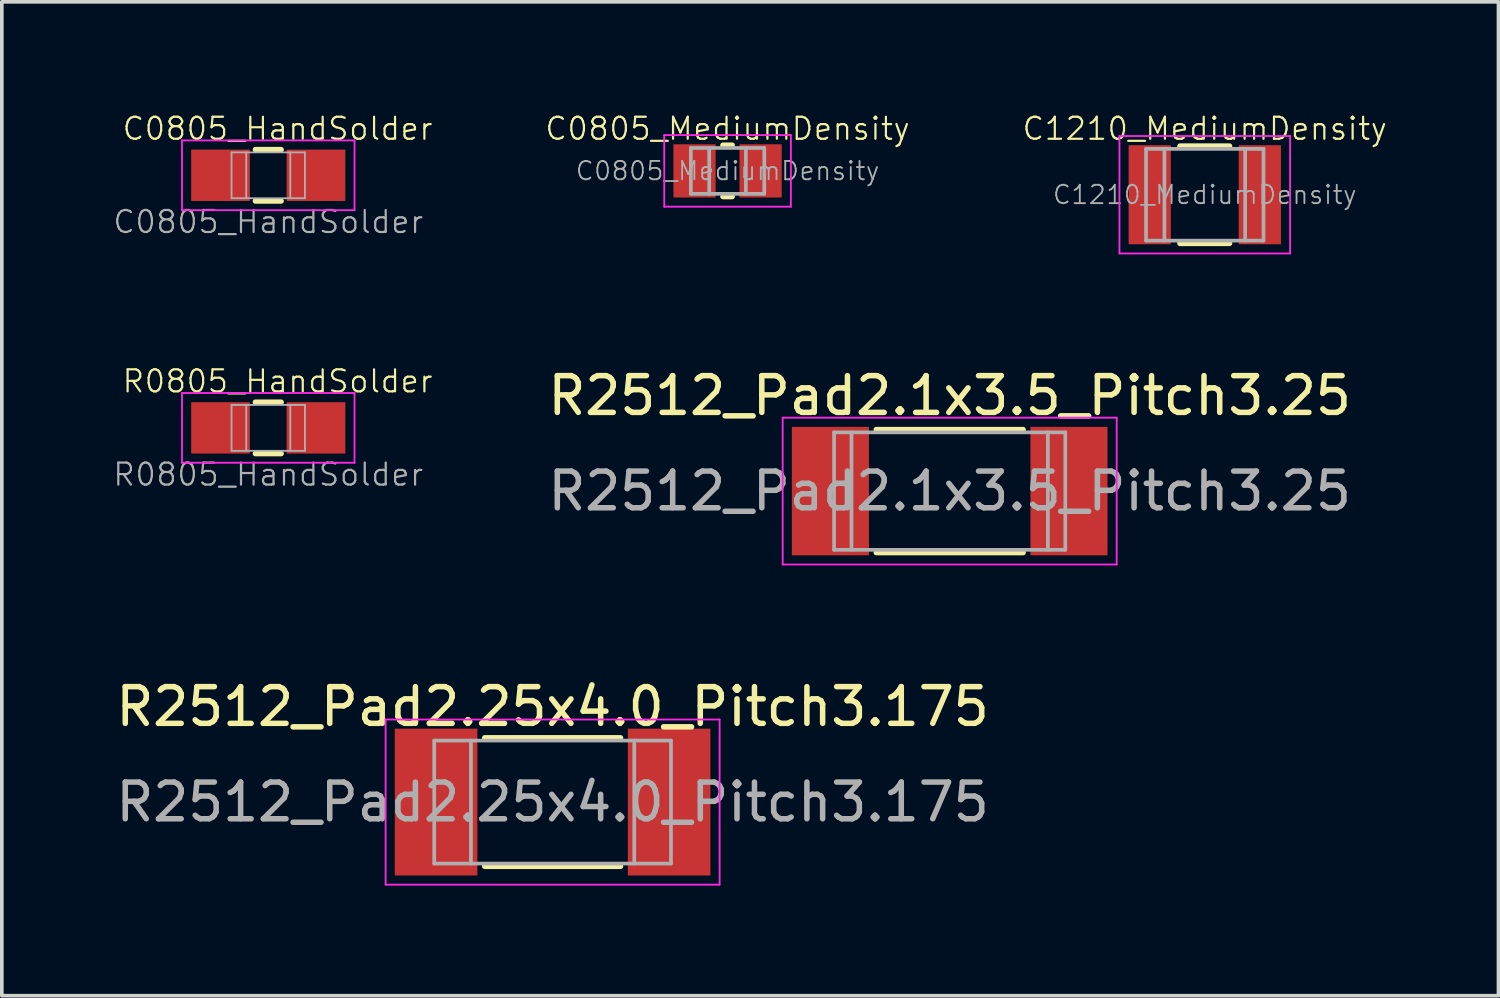
<source format=kicad_pcb>
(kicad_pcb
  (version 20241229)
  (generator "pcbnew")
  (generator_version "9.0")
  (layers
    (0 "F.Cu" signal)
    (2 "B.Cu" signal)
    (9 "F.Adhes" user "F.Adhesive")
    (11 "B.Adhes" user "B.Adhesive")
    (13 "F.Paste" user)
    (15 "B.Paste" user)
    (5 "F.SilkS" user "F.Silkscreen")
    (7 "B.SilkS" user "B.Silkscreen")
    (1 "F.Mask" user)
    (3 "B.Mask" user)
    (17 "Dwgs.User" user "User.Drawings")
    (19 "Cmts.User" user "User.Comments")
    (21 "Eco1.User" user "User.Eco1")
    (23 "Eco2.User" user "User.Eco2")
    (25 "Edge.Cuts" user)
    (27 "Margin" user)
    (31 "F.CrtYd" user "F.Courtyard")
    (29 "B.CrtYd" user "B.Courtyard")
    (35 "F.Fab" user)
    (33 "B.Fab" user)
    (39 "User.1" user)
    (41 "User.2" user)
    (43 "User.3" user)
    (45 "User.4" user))
  (footprint "C0805_MediumDensity"
    (layer "F.Cu")
    (at 16.773 1.606)
    (property "Reference" "C0805_MediumDensity" (at 0 0 0) (layer "F.Fab") (effects (font (size 0.5 0.5) (thickness 0.05))))
    (attr smd)
    (fp_line (start -0.125 -0.7) (end 0.125 -0.7) (stroke (width 0.15) (type solid)) (layer "F.SilkS"))
    (fp_line (start -0.125 0.7) (end 0.125 0.7) (stroke (width 0.15) (type solid)) (layer "F.SilkS"))
    (fp_line (start -1.725 -0.975) (end 1.725 -0.975) (stroke (width 0.05) (type solid)) (layer "F.CrtYd"))
    (fp_line (start -1.725 0.975) (end -1.725 -0.975) (stroke (width 0.05) (type solid)) (layer "F.CrtYd"))
    (fp_line (start 1.725 -0.975) (end 1.725 0.975) (stroke (width 0.05) (type solid)) (layer "F.CrtYd"))
    (fp_line (start 1.725 0.975) (end -1.725 0.975) (stroke (width 0.05) (type solid)) (layer "F.CrtYd"))
    (fp_line (start -1 -0.625) (end 1 -0.625) (stroke (width 0.1) (type solid)) (layer "F.Fab"))
    (fp_line (start -1 0.625) (end -1 -0.625) (stroke (width 0.1) (type solid)) (layer "F.Fab"))
    (fp_line (start -0.5 0.625) (end -0.5 -0.625) (stroke (width 0.1) (type solid)) (layer "F.Fab"))
    (fp_line (start 0.5 0.625) (end 0.5 -0.625) (stroke (width 0.1) (type solid)) (layer "F.Fab"))
    (fp_line (start 1 -0.625) (end 1 0.625) (stroke (width 0.1) (type solid)) (layer "F.Fab"))
    (fp_line (start 1 0.625) (end -1 0.625) (stroke (width 0.1) (type solid)) (layer "F.Fab"))
    (fp_text user "${REFERENCE}" (at 0 -1.15 0) (layer "F.SilkS") (effects (font (size 0.6 0.6) (thickness 0.06))))
    (fp_text user "${REFERENCE}" (at -0.3 -0.35 0) (layer "Eco1.User") (effects (font (size 0.3 0.3) (thickness 0.03))))
    (pad "1" smd rect (at -0.9 0) (size 1.15 1.45) (layers "F.Cu" "F.Mask" "F.Paste"))
    (pad "2" smd rect (at 0.9 0) (size 1.15 1.45) (layers "F.Cu" "F.Mask" "F.Paste")))
  (footprint "C0805_HandSolder"
    (layer "F.Cu")
    (at 4.259 1.726)
    (property "Reference" "C0805_HandSolder" (at 0 1.27 0) (layer "F.Fab") (effects (font (size 0.6 0.6) (thickness 0.06))))
    (attr smd)
    (fp_line (start -0.35 -0.7) (end 0.35 -0.7) (stroke (width 0.15) (type solid)) (layer "F.SilkS"))
    (fp_line (start -0.35 0.7) (end 0.35 0.7) (stroke (width 0.15) (type solid)) (layer "F.SilkS"))
    (fp_line (start -2.35 -0.95) (end -2.35 0.95) (stroke (width 0.05) (type solid)) (layer "F.CrtYd"))
    (fp_line (start -2.35 -0.95) (end 2.35 -0.95) (stroke (width 0.05) (type solid)) (layer "F.CrtYd"))
    (fp_line (start -2.35 0.95) (end 2.35 0.95) (stroke (width 0.05) (type solid)) (layer "F.CrtYd"))
    (fp_line (start 2.35 -0.95) (end 2.35 0.95) (stroke (width 0.05) (type solid)) (layer "F.CrtYd"))
    (fp_line (start -1 -0.625) (end -1 0.625) (stroke (width 0.05) (type solid)) (layer "F.Fab"))
    (fp_line (start -1 -0.625) (end 1 -0.625) (stroke (width 0.05) (type solid)) (layer "F.Fab"))
    (fp_line (start -1 0.625) (end 1 0.625) (stroke (width 0.05) (type solid)) (layer "F.Fab"))
    (fp_line (start -0.6 -0.625) (end -0.6 0.625) (stroke (width 0.05) (type solid)) (layer "F.Fab"))
    (fp_line (start 0.6 -0.625) (end 0.6 0.625) (stroke (width 0.05) (type solid)) (layer "F.Fab"))
    (fp_line (start 1 -0.625) (end 1 0.625) (stroke (width 0.05) (type solid)) (layer "F.Fab"))
    (fp_text user "${REFERENCE}" (at 0.254 -1.27 0) (layer "F.SilkS") (effects (font (size 0.6 0.6) (thickness 0.06))))
    (fp_text user "${REFERENCE}" (at 0 0 0) (layer "Eco1.User") (effects (font (size 0.3 0.3) (thickness 0.03))))
    (pad "1" smd rect (at -1.3 0) (size 1.6 1.4) (layers "F.Cu" "F.Mask" "F.Paste"))
    (pad "2" smd rect (at 1.3 0) (size 1.6 1.4) (layers "F.Cu" "F.Mask" "F.Paste")))
  (footprint "C1210_MediumDensity"
    (layer "F.Cu")
    (at 29.775 2.256)
    (property "Reference" "C1210_MediumDensity" (at 0 0 0) (layer "F.Fab") (effects (font (size 0.5 0.5) (thickness 0.05))))
    (attr smd)
    (fp_line (start -0.675 -1.325) (end 0.675 -1.325) (stroke (width 0.15) (type solid)) (layer "F.SilkS"))
    (fp_line (start -0.675 1.325) (end 0.675 1.325) (stroke (width 0.15) (type solid)) (layer "F.SilkS"))
    (fp_line (start -2.325 -1.6) (end 2.325 -1.6) (stroke (width 0.05) (type solid)) (layer "F.CrtYd"))
    (fp_line (start -2.325 1.6) (end -2.325 -1.6) (stroke (width 0.05) (type solid)) (layer "F.CrtYd"))
    (fp_line (start 2.325 -1.6) (end 2.325 1.6) (stroke (width 0.05) (type solid)) (layer "F.CrtYd"))
    (fp_line (start 2.325 1.6) (end -2.325 1.6) (stroke (width 0.05) (type solid)) (layer "F.CrtYd"))
    (fp_line (start -1.6 -1.25) (end 1.6 -1.25) (stroke (width 0.1) (type solid)) (layer "F.Fab"))
    (fp_line (start -1.6 1.25) (end -1.6 -1.25) (stroke (width 0.1) (type solid)) (layer "F.Fab"))
    (fp_line (start -1.1 1.25) (end -1.1 -1.25) (stroke (width 0.1) (type solid)) (layer "F.Fab"))
    (fp_line (start 1.1 1.25) (end 1.1 -1.25) (stroke (width 0.1) (type solid)) (layer "F.Fab"))
    (fp_line (start 1.6 -1.25) (end 1.6 1.25) (stroke (width 0.1) (type solid)) (layer "F.Fab"))
    (fp_line (start 1.6 1.25) (end -1.6 1.25) (stroke (width 0.1) (type solid)) (layer "F.Fab"))
    (fp_text user "${REFERENCE}" (at 0 -1.8 0) (layer "F.SilkS") (effects (font (size 0.6 0.6) (thickness 0.06))))
    (fp_text user "${REFERENCE}" (at -0.3 -0.825 0) (layer "Eco1.User") (effects (font (size 0.3 0.3) (thickness 0.03))))
    (pad "1" smd rect (at -1.5 0) (size 1.15 2.7) (layers "F.Cu" "F.Mask" "F.Paste"))
    (pad "2" smd rect (at 1.5 0) (size 1.15 2.7) (layers "F.Cu" "F.Mask" "F.Paste")))
  (footprint "R0805_HandSolder"
    (layer "F.Cu")
    (at 4.259 8.608)
    (property "Reference" "R0805_HandSolder" (at 0 1.27 0) (layer "F.Fab") (effects (font (size 0.6 0.6) (thickness 0.06))))
    (attr smd)
    (fp_line (start -0.35 -0.7) (end 0.35 -0.7) (stroke (width 0.15) (type solid)) (layer "F.SilkS"))
    (fp_line (start -0.35 0.7) (end 0.35 0.7) (stroke (width 0.15) (type solid)) (layer "F.SilkS"))
    (fp_line (start -2.35 -0.95) (end -2.35 0.95) (stroke (width 0.05) (type solid)) (layer "F.CrtYd"))
    (fp_line (start -2.35 -0.95) (end 2.35 -0.95) (stroke (width 0.05) (type solid)) (layer "F.CrtYd"))
    (fp_line (start -2.35 0.95) (end 2.35 0.95) (stroke (width 0.05) (type solid)) (layer "F.CrtYd"))
    (fp_line (start 2.35 -0.95) (end 2.35 0.95) (stroke (width 0.05) (type solid)) (layer "F.CrtYd"))
    (fp_line (start -1 -0.625) (end -1 0.625) (stroke (width 0.05) (type solid)) (layer "F.Fab"))
    (fp_line (start -1 -0.625) (end 1 -0.625) (stroke (width 0.05) (type solid)) (layer "F.Fab"))
    (fp_line (start -1 0.625) (end 1 0.625) (stroke (width 0.05) (type solid)) (layer "F.Fab"))
    (fp_line (start -0.6 -0.625) (end -0.6 0.625) (stroke (width 0.05) (type solid)) (layer "F.Fab"))
    (fp_line (start 0.6 -0.625) (end 0.6 0.625) (stroke (width 0.05) (type solid)) (layer "F.Fab"))
    (fp_line (start 1 -0.625) (end 1 0.625) (stroke (width 0.05) (type solid)) (layer "F.Fab"))
    (fp_text user "${REFERENCE}" (at 0.254 -1.27 0) (layer "F.SilkS") (effects (font (size 0.6 0.6) (thickness 0.06))))
    (fp_text user "${REFERENCE}" (at 0 0 0) (layer "Eco1.User") (effects (font (size 0.3 0.3) (thickness 0.03))))
    (pad "1" smd rect (at -1.3 0) (size 1.6 1.4) (layers "F.Cu" "F.Mask" "F.Paste"))
    (pad "2" smd rect (at 1.3 0) (size 1.6 1.4) (layers "F.Cu" "F.Mask" "F.Paste")))
  (footprint "R2512_Pad2.25x4.0_Pitch3.175"
    (layer "F.Cu")
    (at 12.006 18.803)
    (property "Reference" "R2512_Pad2.25x4.0_Pitch3.175" (at 0 0 0) (layer "F.Fab") (effects (font (size 1 1) (thickness 0.15))))
    (attr smd)
    (fp_line (start -1.85 -1.75) (end 1.85 -1.75) (stroke (width 0.15) (type solid)) (layer "F.SilkS"))
    (fp_line (start 1.85 1.75) (end -1.85 1.75) (stroke (width 0.15) (type solid)) (layer "F.SilkS"))
    (fp_line (start -4.55 -2.25) (end -4.55 2.25) (stroke (width 0.05) (type solid)) (layer "F.CrtYd"))
    (fp_line (start -4.55 -2.25) (end 4.55 -2.25) (stroke (width 0.05) (type solid)) (layer "F.CrtYd"))
    (fp_line (start 4.55 2.25) (end -4.55 2.25) (stroke (width 0.05) (type solid)) (layer "F.CrtYd"))
    (fp_line (start 4.55 2.25) (end 4.55 -2.25) (stroke (width 0.05) (type solid)) (layer "F.CrtYd"))
    (fp_line (start -3.225 -1.675) (end 3.225 -1.675) (stroke (width 0.1) (type solid)) (layer "F.Fab"))
    (fp_line (start -3.225 1.675) (end -3.225 -1.675) (stroke (width 0.1) (type solid)) (layer "F.Fab"))
    (fp_line (start -2.225 1.675) (end -2.225 -1.675) (stroke (width 0.1) (type solid)) (layer "F.Fab"))
    (fp_line (start 2.225 1.675) (end 2.225 -1.675) (stroke (width 0.1) (type solid)) (layer "F.Fab"))
    (fp_line (start 3.225 -1.675) (end 3.225 1.675) (stroke (width 0.1) (type solid)) (layer "F.Fab"))
    (fp_line (start 3.225 1.675) (end -3.225 1.675) (stroke (width 0.1) (type solid)) (layer "F.Fab"))
    (fp_text user "${REFERENCE}" (at 0 -2.6 0) (layer "F.SilkS") (effects (font (size 1 1) (thickness 0.15))))
    (fp_text user "${REFERENCE}" (at 0 1.25 0) (layer "Eco1.User") (effects (font (size 0.5 0.5) (thickness 0.05))))
    (pad "1" smd rect (at -3.175 0) (size 2.25 4) (layers "F.Cu" "F.Mask" "F.Paste"))
    (pad "2" smd rect (at 3.175 0) (size 2.25 4) (layers "F.Cu" "F.Mask" "F.Paste")))
  (footprint "R2512_Pad2.1x3.5_Pitch3.25"
    (layer "F.Cu")
    (at 22.825 10.33)
    (property "Reference" "R2512_Pad2.1x3.5_Pitch3.25" (at 0 0 0) (layer "F.Fab") (effects (font (size 1 1) (thickness 0.15))))
    (attr smd)
    (fp_line (start -2 -1.675) (end 2 -1.675) (stroke (width 0.15) (type solid)) (layer "F.SilkS"))
    (fp_line (start 2 1.675) (end -2 1.675) (stroke (width 0.15) (type solid)) (layer "F.SilkS"))
    (fp_line (start -4.55 -2) (end -4.55 2) (stroke (width 0.05) (type solid)) (layer "F.CrtYd"))
    (fp_line (start -4.55 -2) (end 4.55 -2) (stroke (width 0.05) (type solid)) (layer "F.CrtYd"))
    (fp_line (start 4.55 2) (end -4.55 2) (stroke (width 0.05) (type solid)) (layer "F.CrtYd"))
    (fp_line (start 4.55 2) (end 4.55 -2) (stroke (width 0.05) (type solid)) (layer "F.CrtYd"))
    (fp_line (start -3.15 -1.6) (end 3.15 -1.6) (stroke (width 0.1) (type solid)) (layer "F.Fab"))
    (fp_line (start -3.15 1.6) (end -3.15 -1.6) (stroke (width 0.1) (type solid)) (layer "F.Fab"))
    (fp_line (start -2.675 1.6) (end -2.675 -1.6) (stroke (width 0.1) (type solid)) (layer "F.Fab"))
    (fp_line (start 2.675 1.6) (end 2.675 -1.6) (stroke (width 0.1) (type solid)) (layer "F.Fab"))
    (fp_line (start 3.15 -1.6) (end 3.15 1.6) (stroke (width 0.1) (type solid)) (layer "F.Fab"))
    (fp_line (start 3.15 1.6) (end -3.15 1.6) (stroke (width 0.1) (type solid)) (layer "F.Fab"))
    (fp_text user "${REFERENCE}" (at 0 -2.6 0) (layer "F.SilkS") (effects (font (size 1 1) (thickness 0.15))))
    (fp_text user "${REFERENCE}" (at 0 1.25 0) (layer "Eco1.User") (effects (font (size 0.5 0.5) (thickness 0.05))))
    (pad "1" smd rect (at -3.25 0) (size 2.1 3.5) (layers "F.Cu" "F.Mask" "F.Paste"))
    (pad "2" smd rect (at 3.25 0) (size 2.1 3.5) (layers "F.Cu" "F.Mask" "F.Paste")))
  (gr_rect
    (start -3 -3)
    (end 37.777 24.078)
    (stroke (width 0.1) (type default))
    (fill no)
    (layer "Edge.Cuts")))
</source>
